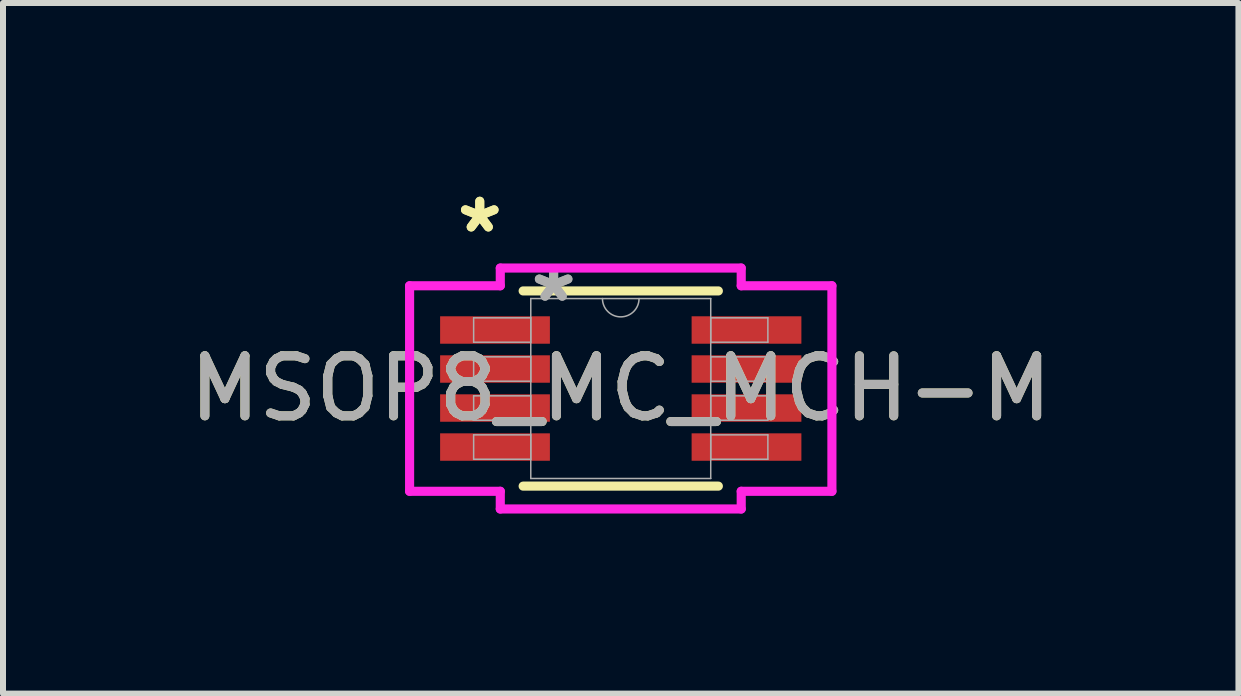
<source format=kicad_pcb>
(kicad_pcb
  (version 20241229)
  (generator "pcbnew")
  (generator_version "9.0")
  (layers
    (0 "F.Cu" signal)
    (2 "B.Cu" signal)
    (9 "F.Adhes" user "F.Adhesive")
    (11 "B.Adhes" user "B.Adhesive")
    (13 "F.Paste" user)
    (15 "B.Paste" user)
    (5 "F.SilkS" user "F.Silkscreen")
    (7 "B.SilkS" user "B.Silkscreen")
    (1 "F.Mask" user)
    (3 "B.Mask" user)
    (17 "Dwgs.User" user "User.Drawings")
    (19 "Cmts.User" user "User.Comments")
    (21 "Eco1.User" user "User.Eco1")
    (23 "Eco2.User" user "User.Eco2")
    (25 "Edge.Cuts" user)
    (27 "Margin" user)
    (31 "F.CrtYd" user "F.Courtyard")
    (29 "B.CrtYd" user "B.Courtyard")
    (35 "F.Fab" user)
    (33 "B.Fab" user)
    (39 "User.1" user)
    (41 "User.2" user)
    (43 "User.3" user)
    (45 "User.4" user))
  (footprint "MSOP8_MC_MCH-M"
    (layer "F.Cu")
    (at 7.292 3.423)
    (property "Reference" "MSOP8_MC_MCH-M" (at 0 0 0) (unlocked yes) (layer "F.SilkS") (effects (font (size 1 1) (thickness 0.15))))
    (attr smd)
    (fp_line (start -1.626 1.626) (end 1.626 1.626) (stroke (width 0.152) (type solid)) (layer "F.SilkS"))
    (fp_line (start 1.626 -1.626) (end -1.626 -1.626) (stroke (width 0.152) (type solid)) (layer "F.SilkS"))
    (fp_line (start -3.518 -1.712) (end -2.007 -1.712) (stroke (width 0.152) (type solid)) (layer "F.CrtYd"))
    (fp_line (start -3.518 1.712) (end -3.518 -1.712) (stroke (width 0.152) (type solid)) (layer "F.CrtYd"))
    (fp_line (start -3.518 1.712) (end -2.007 1.712) (stroke (width 0.152) (type solid)) (layer "F.CrtYd"))
    (fp_line (start -2.007 -2.007) (end 2.007 -2.007) (stroke (width 0.152) (type solid)) (layer "F.CrtYd"))
    (fp_line (start -2.007 -1.712) (end -2.007 -2.007) (stroke (width 0.152) (type solid)) (layer "F.CrtYd"))
    (fp_line (start -2.007 2.007) (end -2.007 1.712) (stroke (width 0.152) (type solid)) (layer "F.CrtYd"))
    (fp_line (start 2.007 -2.007) (end 2.007 -1.712) (stroke (width 0.152) (type solid)) (layer "F.CrtYd"))
    (fp_line (start 2.007 1.712) (end 2.007 2.007) (stroke (width 0.152) (type solid)) (layer "F.CrtYd"))
    (fp_line (start 2.007 2.007) (end -2.007 2.007) (stroke (width 0.152) (type solid)) (layer "F.CrtYd"))
    (fp_line (start 3.518 -1.712) (end 2.007 -1.712) (stroke (width 0.152) (type solid)) (layer "F.CrtYd"))
    (fp_line (start 3.518 -1.712) (end 3.518 1.712) (stroke (width 0.152) (type solid)) (layer "F.CrtYd"))
    (fp_line (start 3.518 1.712) (end 2.007 1.712) (stroke (width 0.152) (type solid)) (layer "F.CrtYd"))
    (fp_line (start -2.451 -1.178) (end -2.451 -0.772) (stroke (width 0.025) (type solid)) (layer "F.Fab"))
    (fp_line (start -2.451 -0.772) (end -1.499 -0.772) (stroke (width 0.025) (type solid)) (layer "F.Fab"))
    (fp_line (start -2.451 -0.528) (end -2.451 -0.122) (stroke (width 0.025) (type solid)) (layer "F.Fab"))
    (fp_line (start -2.451 -0.122) (end -1.499 -0.122) (stroke (width 0.025) (type solid)) (layer "F.Fab"))
    (fp_line (start -2.451 0.122) (end -2.451 0.528) (stroke (width 0.025) (type solid)) (layer "F.Fab"))
    (fp_line (start -2.451 0.528) (end -1.499 0.528) (stroke (width 0.025) (type solid)) (layer "F.Fab"))
    (fp_line (start -2.451 0.772) (end -2.451 1.178) (stroke (width 0.025) (type solid)) (layer "F.Fab"))
    (fp_line (start -2.451 1.178) (end -1.499 1.178) (stroke (width 0.025) (type solid)) (layer "F.Fab"))
    (fp_line (start -1.499 -1.499) (end -1.499 1.499) (stroke (width 0.025) (type solid)) (layer "F.Fab"))
    (fp_line (start -1.499 -1.178) (end -2.451 -1.178) (stroke (width 0.025) (type solid)) (layer "F.Fab"))
    (fp_line (start -1.499 -0.772) (end -1.499 -1.178) (stroke (width 0.025) (type solid)) (layer "F.Fab"))
    (fp_line (start -1.499 -0.528) (end -2.451 -0.528) (stroke (width 0.025) (type solid)) (layer "F.Fab"))
    (fp_line (start -1.499 -0.122) (end -1.499 -0.528) (stroke (width 0.025) (type solid)) (layer "F.Fab"))
    (fp_line (start -1.499 0.122) (end -2.451 0.122) (stroke (width 0.025) (type solid)) (layer "F.Fab"))
    (fp_line (start -1.499 0.528) (end -1.499 0.122) (stroke (width 0.025) (type solid)) (layer "F.Fab"))
    (fp_line (start -1.499 0.772) (end -2.451 0.772) (stroke (width 0.025) (type solid)) (layer "F.Fab"))
    (fp_line (start -1.499 1.178) (end -1.499 0.772) (stroke (width 0.025) (type solid)) (layer "F.Fab"))
    (fp_line (start -1.499 1.499) (end 1.499 1.499) (stroke (width 0.025) (type solid)) (layer "F.Fab"))
    (fp_line (start 1.499 -1.499) (end -1.499 -1.499) (stroke (width 0.025) (type solid)) (layer "F.Fab"))
    (fp_line (start 1.499 -1.178) (end 1.499 -0.772) (stroke (width 0.025) (type solid)) (layer "F.Fab"))
    (fp_line (start 1.499 -0.772) (end 2.451 -0.772) (stroke (width 0.025) (type solid)) (layer "F.Fab"))
    (fp_line (start 1.499 -0.528) (end 1.499 -0.122) (stroke (width 0.025) (type solid)) (layer "F.Fab"))
    (fp_line (start 1.499 -0.122) (end 2.451 -0.122) (stroke (width 0.025) (type solid)) (layer "F.Fab"))
    (fp_line (start 1.499 0.122) (end 1.499 0.528) (stroke (width 0.025) (type solid)) (layer "F.Fab"))
    (fp_line (start 1.499 0.528) (end 2.451 0.528) (stroke (width 0.025) (type solid)) (layer "F.Fab"))
    (fp_line (start 1.499 0.772) (end 1.499 1.178) (stroke (width 0.025) (type solid)) (layer "F.Fab"))
    (fp_line (start 1.499 1.178) (end 2.451 1.178) (stroke (width 0.025) (type solid)) (layer "F.Fab"))
    (fp_line (start 1.499 1.499) (end 1.499 -1.499) (stroke (width 0.025) (type solid)) (layer "F.Fab"))
    (fp_line (start 2.451 -1.178) (end 1.499 -1.178) (stroke (width 0.025) (type solid)) (layer "F.Fab"))
    (fp_line (start 2.451 -0.772) (end 2.451 -1.178) (stroke (width 0.025) (type solid)) (layer "F.Fab"))
    (fp_line (start 2.451 -0.528) (end 1.499 -0.528) (stroke (width 0.025) (type solid)) (layer "F.Fab"))
    (fp_line (start 2.451 -0.122) (end 2.451 -0.528) (stroke (width 0.025) (type solid)) (layer "F.Fab"))
    (fp_line (start 2.451 0.122) (end 1.499 0.122) (stroke (width 0.025) (type solid)) (layer "F.Fab"))
    (fp_line (start 2.451 0.528) (end 2.451 0.122) (stroke (width 0.025) (type solid)) (layer "F.Fab"))
    (fp_line (start 2.451 0.772) (end 1.499 0.772) (stroke (width 0.025) (type solid)) (layer "F.Fab"))
    (fp_line (start 2.451 1.178) (end 2.451 0.772) (stroke (width 0.025) (type solid)) (layer "F.Fab"))
    (fp_arc (start 0.3048 -1.4986) (mid 0 -1.1938) (end -0.3048 -1.4986) (stroke (width 0.0254) (type solid)) (layer "F.Fab"))
    (fp_text user "*" (at -2.349 -2.575 0) (unlocked yes) (layer "F.SilkS") (effects (font (size 1 1) (thickness 0.15))))
    (fp_text user "*" (at -2.349 -2.575 0) (layer "F.SilkS") (effects (font (size 1 1) (thickness 0.15))))
    (fp_text user "*" (at -1.118 -1.422 0) (layer "F.Fab") (effects (font (size 1 1) (thickness 0.15))))
    (fp_text user "*" (at -1.118 -1.422 0) (unlocked yes) (layer "F.Fab") (effects (font (size 1 1) (thickness 0.15))))
    (fp_text user "${REFERENCE}" (at 0 0 0) (unlocked yes) (layer "F.Fab") (effects (font (size 1 1) (thickness 0.15))))
    (pad "1" smd rect (at -2.095 -0.975) (size 1.829 0.457) (layers "F.Cu" "F.Mask" "F.Paste"))
    (pad "2" smd rect (at -2.095 -0.325) (size 1.829 0.457) (layers "F.Cu" "F.Mask" "F.Paste"))
    (pad "3" smd rect (at -2.095 0.325) (size 1.829 0.457) (layers "F.Cu" "F.Mask" "F.Paste"))
    (pad "4" smd rect (at -2.095 0.975) (size 1.829 0.457) (layers "F.Cu" "F.Mask" "F.Paste"))
    (pad "5" smd rect (at 2.095 0.975) (size 1.829 0.457) (layers "F.Cu" "F.Mask" "F.Paste"))
    (pad "6" smd rect (at 2.095 0.325) (size 1.829 0.457) (layers "F.Cu" "F.Mask" "F.Paste"))
    (pad "7" smd rect (at 2.095 -0.325) (size 1.829 0.457) (layers "F.Cu" "F.Mask" "F.Paste"))
    (pad "8" smd rect (at 2.095 -0.975) (size 1.829 0.457) (layers "F.Cu" "F.Mask" "F.Paste")))
  (gr_rect
    (start -3 -3)
    (end 17.583 8.506)
    (stroke (width 0.1) (type default))
    (fill no)
    (layer "Edge.Cuts")))
</source>
